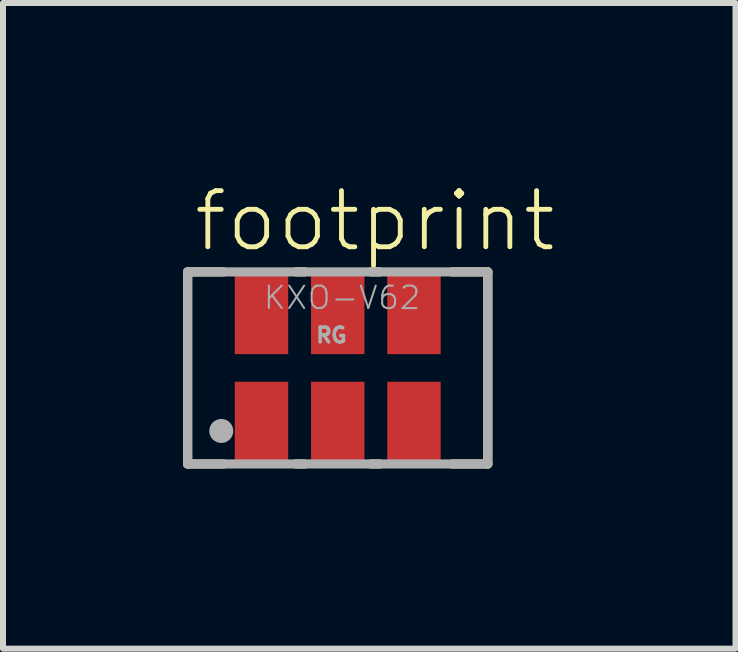
<source format=kicad_pcb>
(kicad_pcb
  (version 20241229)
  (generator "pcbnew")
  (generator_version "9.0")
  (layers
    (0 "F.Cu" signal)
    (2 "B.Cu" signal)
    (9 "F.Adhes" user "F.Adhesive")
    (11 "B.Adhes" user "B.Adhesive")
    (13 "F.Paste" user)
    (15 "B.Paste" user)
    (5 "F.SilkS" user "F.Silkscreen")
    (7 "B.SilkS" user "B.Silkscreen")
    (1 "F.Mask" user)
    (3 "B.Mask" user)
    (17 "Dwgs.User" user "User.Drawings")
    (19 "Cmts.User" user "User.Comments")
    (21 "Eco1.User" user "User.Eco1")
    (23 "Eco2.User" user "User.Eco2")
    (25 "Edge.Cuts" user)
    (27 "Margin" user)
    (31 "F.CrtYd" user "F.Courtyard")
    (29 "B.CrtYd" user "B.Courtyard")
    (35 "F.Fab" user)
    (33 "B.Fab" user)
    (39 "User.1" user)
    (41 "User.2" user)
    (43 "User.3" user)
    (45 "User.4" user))
  (footprint "footprint"
    (layer "F.Cu")
    (at 2.576 3.079)
    (property "Reference" "footprint" (at -2.44 -1.9 0) (layer "F.SilkS") (effects (font (size 0.935 0.935) (thickness 0.081)) (justify left bottom)))
    (fp_line (start -2.5 -1.6) (end -2.5 1.6) (stroke (width 0.152) (type solid)) (layer "F.SilkS"))
    (fp_line (start -2.5 1.6) (end -1.9 1.6) (stroke (width 0.152) (type solid)) (layer "F.SilkS"))
    (fp_line (start -1.9 -1.6) (end -2.5 -1.6) (stroke (width 0.152) (type solid)) (layer "F.SilkS"))
    (fp_line (start -0.7 -1.6) (end -0.55 -1.6) (stroke (width 0.152) (type solid)) (layer "F.SilkS"))
    (fp_line (start -0.7 1.6) (end -0.55 1.6) (stroke (width 0.152) (type solid)) (layer "F.SilkS"))
    (fp_line (start 0.55 -1.6) (end 0.7 -1.6) (stroke (width 0.152) (type solid)) (layer "F.SilkS"))
    (fp_line (start 0.55 1.6) (end 0.7 1.6) (stroke (width 0.152) (type solid)) (layer "F.SilkS"))
    (fp_line (start 1.9 -1.6) (end 2.5 -1.6) (stroke (width 0.152) (type solid)) (layer "F.SilkS"))
    (fp_line (start 2.5 -1.6) (end 2.5 1.6) (stroke (width 0.152) (type solid)) (layer "F.SilkS"))
    (fp_line (start 2.5 1.6) (end 1.9 1.6) (stroke (width 0.152) (type solid)) (layer "F.SilkS"))
    (fp_line (start -2.5 -1.6) (end -2.5 1.6) (stroke (width 0.152) (type solid)) (layer "F.Fab"))
    (fp_line (start -2.5 1.6) (end 2.5 1.6) (stroke (width 0.152) (type solid)) (layer "F.Fab"))
    (fp_line (start 2.5 -1.6) (end -2.5 -1.6) (stroke (width 0.152) (type solid)) (layer "F.Fab"))
    (fp_line (start 2.5 1.6) (end 2.5 -1.6) (stroke (width 0.152) (type solid)) (layer "F.Fab"))
    (fp_circle (center -1.94 1.05) (end -1.84 1.05) (stroke (width 0.2) (type solid)) (fill no) (layer "F.Fab"))
    (fp_text user "KXO-V62" (at -1.258 -0.95 0) (layer "F.Fab") (effects (font (size 0.374 0.374) (thickness 0.033)) (justify left bottom)))
    (fp_text user "RG" (at -0.39 -0.4 0) (layer "F.Fab") (effects (font (size 0.247 0.247) (thickness 0.058)) (justify left bottom)))
    (pad "1" smd rect (at -1.27 0.935) (size 0.89 1.41) (layers "F.Cu" "F.Mask" "F.Paste"))
    (pad "2" smd rect (at 0 0.935) (size 0.89 1.41) (layers "F.Cu" "F.Mask" "F.Paste"))
    (pad "3" smd rect (at 1.27 0.935) (size 0.89 1.41) (layers "F.Cu" "F.Mask" "F.Paste"))
    (pad "4" smd rect (at 1.27 -0.935) (size 0.89 1.41) (layers "F.Cu" "F.Mask" "F.Paste"))
    (pad "5" smd rect (at 0 -0.935) (size 0.89 1.41) (layers "F.Cu" "F.Mask" "F.Paste"))
    (pad "6" smd rect (at -1.27 -0.935) (size 0.89 1.41) (layers "F.Cu" "F.Mask" "F.Paste")))
  (gr_rect
    (start -3 -3)
    (end 9.202 7.755)
    (stroke (width 0.1) (type default))
    (fill no)
    (layer "Edge.Cuts")))
</source>
